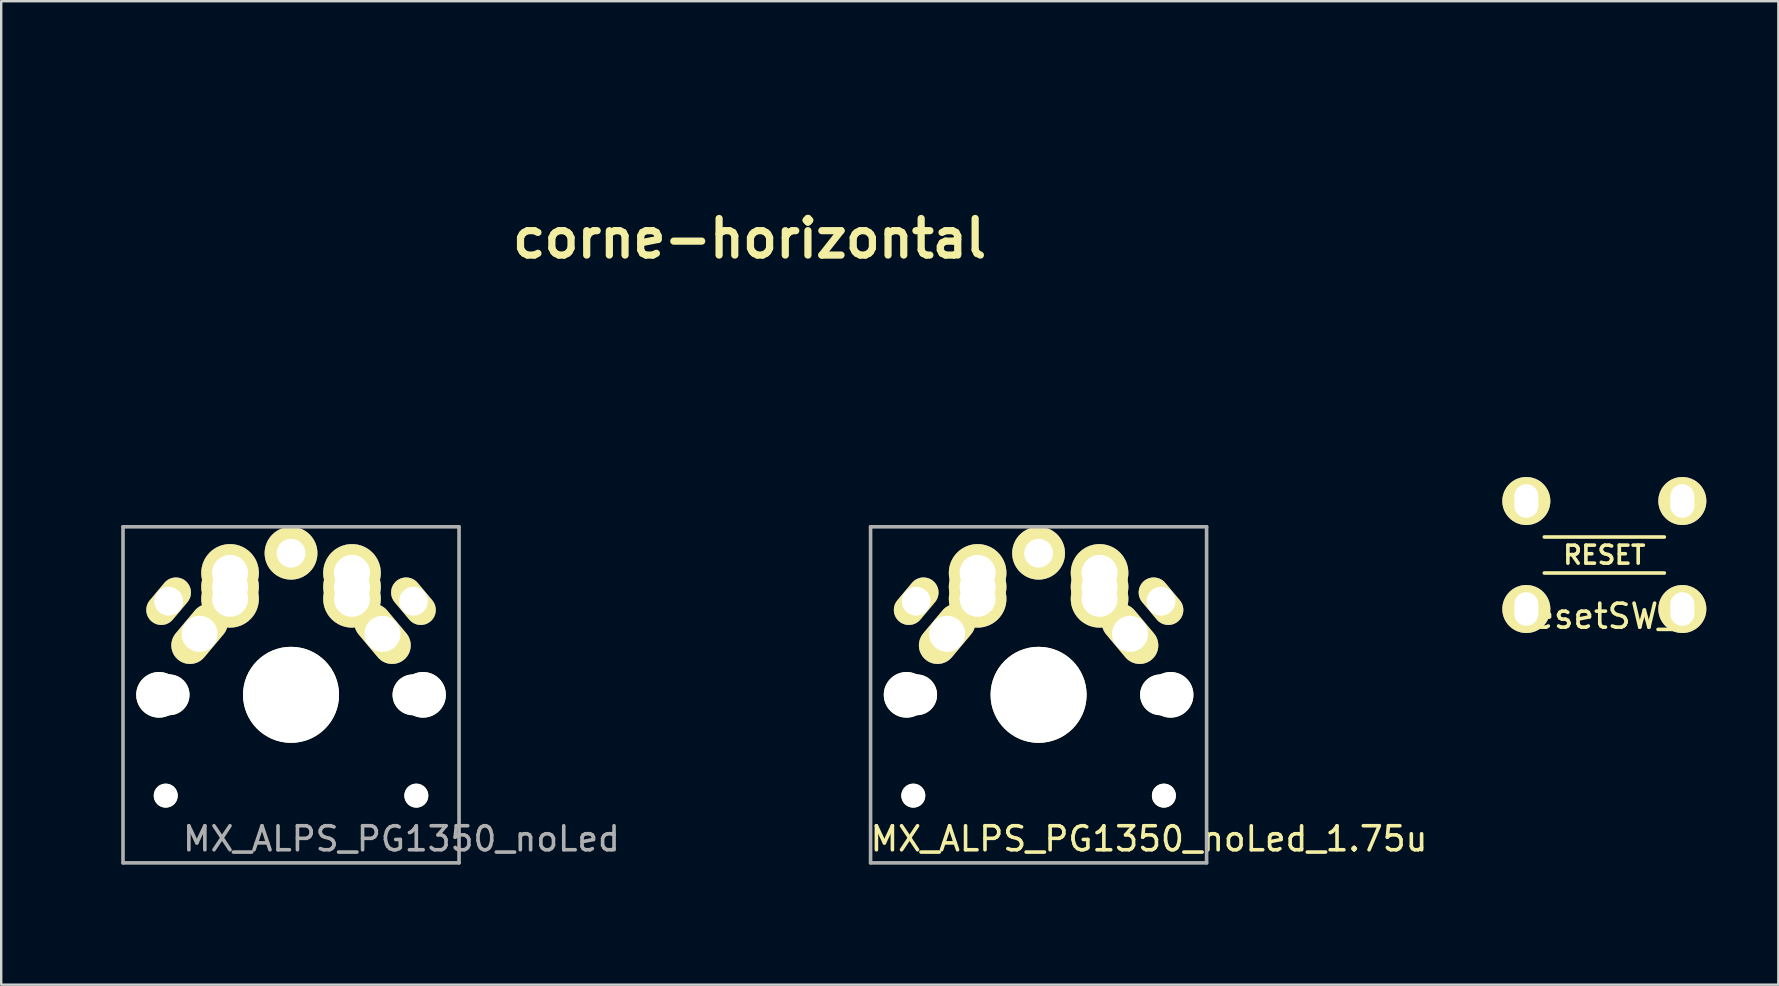
<source format=kicad_pcb>
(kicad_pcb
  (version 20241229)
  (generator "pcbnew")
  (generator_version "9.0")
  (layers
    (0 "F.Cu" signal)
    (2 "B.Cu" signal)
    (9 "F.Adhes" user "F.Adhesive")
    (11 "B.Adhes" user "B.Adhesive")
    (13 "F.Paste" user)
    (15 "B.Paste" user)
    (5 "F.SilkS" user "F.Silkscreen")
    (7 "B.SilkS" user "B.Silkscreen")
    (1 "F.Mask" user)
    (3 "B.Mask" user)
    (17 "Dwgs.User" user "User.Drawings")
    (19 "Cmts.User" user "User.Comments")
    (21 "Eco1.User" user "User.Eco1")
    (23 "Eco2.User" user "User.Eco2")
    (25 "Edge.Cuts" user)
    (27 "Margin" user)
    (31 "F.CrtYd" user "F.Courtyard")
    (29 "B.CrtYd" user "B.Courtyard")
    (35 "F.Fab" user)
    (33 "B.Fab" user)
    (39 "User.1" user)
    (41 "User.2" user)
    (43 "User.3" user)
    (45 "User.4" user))
  (footprint "MX_ALPS_PG1350_noLed_1.75u"
    (layer "F.Cu")
    (at 40.22 25.898)
    (property "Reference" "MX_ALPS_PG1350_noLed_1.75u" (at 4.6 6 0) (layer "F.SilkS") (effects (font (size 1 1) (thickness 0.15))))
    (attr through_hole)
    (fp_line (start -14.25 -9) (end 14.25 -9) (stroke (width 0.15) (type solid)) (layer "Eco2.User"))
    (fp_line (start -14.25 9) (end -14.25 -9) (stroke (width 0.15) (type solid)) (layer "Eco2.User"))
    (fp_line (start -7 -7) (end 7 -7) (stroke (width 0.15) (type solid)) (layer "Eco2.User"))
    (fp_line (start -7 7) (end -7 -7) (stroke (width 0.15) (type solid)) (layer "Eco2.User"))
    (fp_line (start 7 -7) (end 7 7) (stroke (width 0.15) (type solid)) (layer "Eco2.User"))
    (fp_line (start 7 7) (end -7 7) (stroke (width 0.15) (type solid)) (layer "Eco2.User"))
    (fp_line (start 14.25 -9) (end 14.25 9) (stroke (width 0.15) (type solid)) (layer "Eco2.User"))
    (fp_line (start 14.25 9) (end -14.25 9) (stroke (width 0.15) (type solid)) (layer "Eco2.User"))
    (fp_line (start -7 -7) (end -7 7) (stroke (width 0.15) (type solid)) (layer "F.Fab"))
    (fp_line (start -7 7) (end 7 7) (stroke (width 0.15) (type solid)) (layer "F.Fab"))
    (fp_line (start 7 -7) (end -7 -7) (stroke (width 0.15) (type solid)) (layer "F.Fab"))
    (fp_line (start 7 7) (end 7 -7) (stroke (width 0.15) (type solid)) (layer "F.Fab"))
    (pad "" np_thru_hole circle (at -5.5 0 90) (size 1.9 1.9) (drill 1.9) (layers "*.Cu" "*.Mask" "F.SilkS"))
    (pad "" np_thru_hole circle (at -5.22 4.2) (size 1 1) (drill 1) (layers "*.Cu" "*.Mask" "F.SilkS"))
    (pad "" np_thru_hole circle (at -5.08 0) (size 1.7 1.7) (drill 1.7) (layers "*.Cu" "*.Mask" "F.SilkS"))
    (pad "" np_thru_hole circle (at 0 0 90) (size 4 4) (drill 4) (layers "*.Cu" "*.Mask" "F.SilkS"))
    (pad "" np_thru_hole circle (at 5.08 0) (size 1.7 1.7) (drill 1.7) (layers "*.Cu" "*.Mask" "F.SilkS"))
    (pad "" np_thru_hole circle (at 5.22 4.2) (size 1 1) (drill 1) (layers "*.Cu" "*.Mask" "F.SilkS"))
    (pad "" np_thru_hole circle (at 5.5 0 90) (size 1.9 1.9) (drill 1.9) (layers "*.Cu" "*.Mask" "F.SilkS"))
    (pad "1" thru_hole oval (at -5.1 -3.9 50) (size 2.2 1.25) (drill 1.2) (layers "*.Cu" "*.Mask" "F.SilkS"))
    (pad "1" thru_hole oval (at -3.81 -2.54 50) (size 2.8 1.55) (drill 1.5) (layers "*.Cu" "*.Mask" "F.SilkS"))
    (pad "1" thru_hole circle (at -2.54 -4) (size 2.4 2.4) (drill 1.5) (layers "*.Cu" "*.Mask" "F.SilkS"))
    (pad "1" thru_hole circle (at -2.54 -5.08) (size 2.4 2.4) (drill 1.5) (layers "*.Cu" "*.Mask" "F.SilkS"))
    (pad "1" thru_hole circle (at -2.54 -4.5) (size 2.4 2.4) (drill 1.5) (layers "*.Cu" "*.Mask" "F.SilkS"))
    (pad "1" thru_hole oval (at 5.1 -3.9 310) (size 2.2 1.25) (drill 1.2) (layers "*.Cu" "*.Mask" "F.SilkS"))
    (pad "2" thru_hole circle (at 0 -5.9 90) (size 2.2 2.2) (drill 1.2) (layers "*.Cu" "*.Mask" "F.SilkS"))
    (pad "2" thru_hole circle (at 2.54 -5.08) (size 2.4 2.4) (drill 1.5) (layers "*.Cu" "*.Mask" "F.SilkS"))
    (pad "2" thru_hole circle (at 2.54 -4) (size 2.4 2.4) (drill 1.5) (layers "*.Cu" "*.Mask" "F.SilkS"))
    (pad "2" thru_hole circle (at 2.54 -4.5) (size 2.4 2.4) (drill 1.5) (layers "*.Cu" "*.Mask" "F.SilkS"))
    (pad "2" thru_hole oval (at 3.81 -2.54 310) (size 2.8 1.55) (drill 1.5) (layers "*.Cu" "*.Mask" "F.SilkS")))
  (footprint "MX_ALPS_PG1350_noLed"
    (layer "F.Cu")
    (at 9.075 25.898)
    (property "Reference" "MX_ALPS_PG1350_noLed" (at 4.6 6 0) (layer "F.Fab") (effects (font (size 1 1) (thickness 0.15))))
    (attr through_hole)
    (fp_line (start -9 -9) (end 9 -9) (stroke (width 0.15) (type solid)) (layer "Eco2.User"))
    (fp_line (start -9 9) (end -9 -9) (stroke (width 0.15) (type solid)) (layer "Eco2.User"))
    (fp_line (start -7 -7) (end 7 -7) (stroke (width 0.15) (type solid)) (layer "Eco2.User"))
    (fp_line (start -7 7) (end -7 -7) (stroke (width 0.15) (type solid)) (layer "Eco2.User"))
    (fp_line (start 7 -7) (end 7 7) (stroke (width 0.15) (type solid)) (layer "Eco2.User"))
    (fp_line (start 7 7) (end -7 7) (stroke (width 0.15) (type solid)) (layer "Eco2.User"))
    (fp_line (start 9 -9) (end 9 9) (stroke (width 0.15) (type solid)) (layer "Eco2.User"))
    (fp_line (start 9 9) (end -9 9) (stroke (width 0.15) (type solid)) (layer "Eco2.User"))
    (fp_line (start -7 -7) (end -7 7) (stroke (width 0.15) (type solid)) (layer "F.Fab"))
    (fp_line (start -7 7) (end 7 7) (stroke (width 0.15) (type solid)) (layer "F.Fab"))
    (fp_line (start 7 -7) (end -7 -7) (stroke (width 0.15) (type solid)) (layer "F.Fab"))
    (fp_line (start 7 7) (end 7 -7) (stroke (width 0.15) (type solid)) (layer "F.Fab"))
    (pad "" np_thru_hole circle (at -5.5 0 90) (size 1.9 1.9) (drill 1.9) (layers "*.Cu" "*.Mask" "F.SilkS"))
    (pad "" np_thru_hole circle (at -5.22 4.2) (size 1 1) (drill 1) (layers "*.Cu" "*.Mask" "F.SilkS"))
    (pad "" np_thru_hole circle (at -5.08 0) (size 1.7 1.7) (drill 1.7) (layers "*.Cu" "*.Mask" "F.SilkS"))
    (pad "" np_thru_hole circle (at 0 0 90) (size 4 4) (drill 4) (layers "*.Cu" "*.Mask" "F.SilkS"))
    (pad "" np_thru_hole circle (at 5.08 0) (size 1.7 1.7) (drill 1.7) (layers "*.Cu" "*.Mask" "F.SilkS"))
    (pad "" np_thru_hole circle (at 5.22 4.2) (size 1 1) (drill 1) (layers "*.Cu" "*.Mask" "F.SilkS"))
    (pad "" np_thru_hole circle (at 5.5 0 90) (size 1.9 1.9) (drill 1.9) (layers "*.Cu" "*.Mask" "F.SilkS"))
    (pad "1" thru_hole oval (at -5.1 -3.9 50) (size 2.2 1.25) (drill 1.2) (layers "*.Cu" "*.Mask" "F.SilkS"))
    (pad "1" thru_hole oval (at -3.81 -2.54 50) (size 2.8 1.55) (drill 1.5) (layers "*.Cu" "*.Mask" "F.SilkS"))
    (pad "1" thru_hole circle (at -2.54 -5.08) (size 2.4 2.4) (drill 1.5) (layers "*.Cu" "*.Mask" "F.SilkS"))
    (pad "1" thru_hole circle (at -2.54 -4.5) (size 2.4 2.4) (drill 1.5) (layers "*.Cu" "*.Mask" "F.SilkS"))
    (pad "1" thru_hole circle (at -2.54 -4) (size 2.4 2.4) (drill 1.5) (layers "*.Cu" "*.Mask" "F.SilkS"))
    (pad "1" thru_hole oval (at 5.1 -3.9 310) (size 2.2 1.25) (drill 1.2) (layers "*.Cu" "*.Mask" "F.SilkS"))
    (pad "2" thru_hole circle (at 0 -5.9 90) (size 2.2 2.2) (drill 1.2) (layers "*.Cu" "*.Mask" "F.SilkS"))
    (pad "2" thru_hole circle (at 2.54 -5.08) (size 2.4 2.4) (drill 1.5) (layers "*.Cu" "*.Mask" "F.SilkS"))
    (pad "2" thru_hole circle (at 2.54 -4.5) (size 2.4 2.4) (drill 1.5) (layers "*.Cu" "*.Mask" "F.SilkS"))
    (pad "2" thru_hole circle (at 2.54 -4) (size 2.4 2.4) (drill 1.5) (layers "*.Cu" "*.Mask" "F.SilkS"))
    (pad "2" thru_hole oval (at 3.81 -2.54 310) (size 2.8 1.55) (drill 1.5) (layers "*.Cu" "*.Mask" "F.SilkS")))
  (footprint "corne-horizontal"
    (layer "F.Cu")
    (at 28.179 6.887)
    (property "Reference" "corne-horizontal" (at 0 0 0) (layer "F.SilkS") (effects (font (size 1.524 1.524) (thickness 0.3))))
    (attr through_hole)
    (fp_poly (pts (xy 27.94 -6.011) (xy 21.421 -6.011) (xy 21.421 -0.762) (xy 26.934 -0.762) (xy 26.908 -0.445) (xy 26.882 -0.127) (xy 24.151 -0.105) (xy 21.421 -0.082) (xy 21.421 6.011) (xy 28.109 6.011) (xy 28.109 6.689) (xy 20.743 6.689) (xy 20.743 -6.689) (xy 27.94 -6.689) (xy 27.94 -6.011)) (stroke (width 0.01) (type solid)) (fill yes) (layer "F.Mask"))
    (fp_poly (pts (xy 11.586 -1.926) (xy 12.109 -1.061) (xy 12.627 -0.202) (xy 13.13 0.634) (xy 13.608 1.43) (xy 14.052 2.168) (xy 14.449 2.832) (xy 14.791 3.404) (xy 15.067 3.867) (xy 15.266 4.205) (xy 15.283 4.233) (xy 15.538 4.668) (xy 15.762 5.05) (xy 15.942 5.354) (xy 16.064 5.56) (xy 16.114 5.644) (xy 16.115 5.644) (xy 16.117 5.564) (xy 16.118 5.328) (xy 16.118 4.949) (xy 16.118 4.44) (xy 16.117 3.815) (xy 16.115 3.087) (xy 16.113 2.269) (xy 16.11 1.374) (xy 16.107 0.416) (xy 16.103 -0.515) (xy 16.077 -6.689) (xy 16.764 -6.689) (xy 16.764 6.689) (xy 16.362 6.685) (xy 15.96 6.681) (xy 13.462 2.526) (xy 12.958 1.687) (xy 12.446 0.832) (xy 11.937 -0.017) (xy 11.445 -0.839) (xy 10.984 -1.612) (xy 10.567 -2.313) (xy 10.206 -2.92) (xy 9.915 -3.411) (xy 9.835 -3.545) (xy 9.531 -4.061) (xy 9.253 -4.528) (xy 9.014 -4.928) (xy 8.826 -5.24) (xy 8.7 -5.444) (xy 8.65 -5.52) (xy 8.641 -5.448) (xy 8.633 -5.219) (xy 8.627 -4.847) (xy 8.621 -4.345) (xy 8.617 -3.727) (xy 8.615 -3.005) (xy 8.613 -2.192) (xy 8.614 -1.303) (xy 8.615 -0.349) (xy 8.618 0.555) (xy 8.643 6.689) (xy 7.959 6.689) (xy 7.959 -6.689) (xy 8.707 -6.689) (xy 11.586 -1.926)) (stroke (width 0.01) (type solid)) (fill yes) (layer "F.Mask"))
    (fp_poly (pts (xy -21.767 -6.826) (xy -21.505 -6.778) (xy -20.943 -6.591) (xy -20.354 -6.302) (xy -19.809 -5.951) (xy -19.519 -5.714) (xy -19.104 -5.333) (xy -19.345 -5.081) (xy -19.586 -4.829) (xy -19.998 -5.214) (xy -20.3 -5.457) (xy -20.672 -5.701) (xy -20.978 -5.866) (xy -21.29 -6.001) (xy -21.568 -6.086) (xy -21.876 -6.135) (xy -22.279 -6.163) (xy -22.358 -6.166) (xy -22.781 -6.17) (xy -23.204 -6.152) (xy -23.556 -6.116) (xy -23.65 -6.099) (xy -24.424 -5.855) (xy -25.123 -5.468) (xy -25.74 -4.946) (xy -26.269 -4.3) (xy -26.706 -3.541) (xy -27.044 -2.678) (xy -27.278 -1.721) (xy -27.402 -0.68) (xy -27.411 0.435) (xy -27.405 0.543) (xy -27.284 1.647) (xy -27.046 2.657) (xy -26.698 3.56) (xy -26.241 4.347) (xy -25.792 4.895) (xy -25.166 5.453) (xy -24.498 5.854) (xy -23.763 6.113) (xy -22.987 6.235) (xy -22.164 6.22) (xy -21.36 6.041) (xy -20.59 5.704) (xy -19.871 5.215) (xy -19.675 5.047) (xy -19.159 4.58) (xy -18.703 5.056) (xy -19.292 5.602) (xy -19.628 5.887) (xy -19.999 6.161) (xy -20.338 6.376) (xy -20.418 6.419) (xy -21.166 6.712) (xy -21.992 6.884) (xy -22.848 6.931) (xy -23.687 6.848) (xy -23.834 6.818) (xy -24.688 6.548) (xy -25.462 6.135) (xy -26.151 5.589) (xy -26.748 4.919) (xy -27.249 4.134) (xy -27.647 3.243) (xy -27.938 2.256) (xy -28.115 1.181) (xy -28.174 0.029) (xy -28.162 -0.466) (xy -28.065 -1.568) (xy -27.875 -2.548) (xy -27.585 -3.428) (xy -27.188 -4.232) (xy -27.019 -4.505) (xy -26.438 -5.251) (xy -25.755 -5.87) (xy -24.984 -6.353) (xy -24.14 -6.688) (xy -23.968 -6.736) (xy -23.474 -6.825) (xy -22.896 -6.87) (xy -22.304 -6.871) (xy -21.767 -6.826)) (stroke (width 0.01) (type solid)) (fill yes) (layer "F.Mask"))
    (fp_poly (pts (xy -0.381 -6.642) (xy 0.432 -6.638) (xy 1.099 -6.627) (xy 1.643 -6.607) (xy 2.088 -6.573) (xy 2.456 -6.523) (xy 2.771 -6.454) (xy 3.055 -6.361) (xy 3.333 -6.243) (xy 3.628 -6.095) (xy 3.665 -6.075) (xy 4.171 -5.741) (xy 4.566 -5.32) (xy 4.888 -4.775) (xy 4.902 -4.745) (xy 4.996 -4.531) (xy 5.058 -4.334) (xy 5.096 -4.111) (xy 5.115 -3.822) (xy 5.122 -3.422) (xy 5.122 -3.217) (xy 5.119 -2.762) (xy 5.106 -2.434) (xy 5.077 -2.189) (xy 5.025 -1.987) (xy 4.945 -1.783) (xy 4.895 -1.675) (xy 4.51 -1.047) (xy 3.999 -0.519) (xy 3.381 -0.105) (xy 2.677 0.18) (xy 2.254 0.277) (xy 1.946 0.339) (xy 1.78 0.398) (xy 1.73 0.466) (xy 1.737 0.499) (xy 1.789 0.596) (xy 1.919 0.824) (xy 2.117 1.164) (xy 2.374 1.602) (xy 2.679 2.12) (xy 3.025 2.704) (xy 3.4 3.337) (xy 3.559 3.604) (xy 3.942 4.248) (xy 4.297 4.848) (xy 4.614 5.386) (xy 4.885 5.848) (xy 5.1 6.217) (xy 5.25 6.48) (xy 5.326 6.618) (xy 5.334 6.636) (xy 5.258 6.666) (xy 5.065 6.684) (xy 4.932 6.686) (xy 4.53 6.684) (xy 2.667 3.556) (xy 0.804 0.428) (xy -2.117 0.423) (xy -2.117 6.689) (xy -2.88 6.689) (xy -2.858 0.021) (xy -2.838 -6.011) (xy -2.117 -6.011) (xy -2.117 -0.146) (xy -0.233 -0.193) (xy 0.529 -0.216) (xy 1.137 -0.247) (xy 1.608 -0.285) (xy 1.956 -0.332) (xy 2.139 -0.373) (xy 2.837 -0.621) (xy 3.396 -0.949) (xy 3.83 -1.369) (xy 4.157 -1.894) (xy 4.18 -1.943) (xy 4.299 -2.337) (xy 4.362 -2.832) (xy 4.369 -3.367) (xy 4.319 -3.884) (xy 4.214 -4.323) (xy 4.165 -4.445) (xy 3.947 -4.842) (xy 3.683 -5.171) (xy 3.355 -5.436) (xy 2.948 -5.643) (xy 2.447 -5.799) (xy 1.835 -5.907) (xy 1.097 -5.975) (xy 0.216 -6.007) (xy -0.346 -6.011) (xy -2.117 -6.011) (xy -2.838 -6.011) (xy -2.836 -6.646) (xy -0.381 -6.642)) (stroke (width 0.01) (type solid)) (fill yes) (layer "F.Mask"))
    (fp_poly (pts (xy -10.498 -6.819) (xy -9.702 -6.626) (xy -8.976 -6.294) (xy -8.294 -5.81) (xy -7.872 -5.422) (xy -7.254 -4.69) (xy -6.759 -3.854) (xy -6.383 -2.908) (xy -6.125 -1.846) (xy -6.006 -0.959) (xy -5.964 0.289) (xy -6.068 1.497) (xy -6.317 2.647) (xy -6.708 3.721) (xy -6.828 3.977) (xy -7.228 4.655) (xy -7.729 5.287) (xy -8.294 5.838) (xy -8.892 6.272) (xy -9.162 6.419) (xy -10.011 6.741) (xy -10.908 6.906) (xy -11.828 6.914) (xy -12.531 6.81) (xy -13.209 6.611) (xy -13.819 6.314) (xy -14.403 5.894) (xy -14.864 5.469) (xy -15.294 5.005) (xy -15.622 4.571) (xy -15.892 4.11) (xy -15.896 4.102) (xy -16.307 3.139) (xy -16.603 2.082) (xy -16.779 0.967) (xy -16.816 0.102) (xy -16.072 0.102) (xy -16.054 0.524) (xy -15.932 1.632) (xy -15.711 2.612) (xy -15.388 3.479) (xy -14.956 4.246) (xy -14.41 4.927) (xy -14.374 4.965) (xy -13.734 5.519) (xy -13.028 5.919) (xy -12.265 6.162) (xy -11.453 6.245) (xy -10.601 6.166) (xy -10.476 6.141) (xy -9.718 5.896) (xy -9.024 5.5) (xy -8.404 4.965) (xy -7.867 4.3) (xy -7.423 3.516) (xy -7.082 2.622) (xy -7.031 2.448) (xy -6.859 1.643) (xy -6.754 0.753) (xy -6.723 -0.15) (xy -6.768 -0.957) (xy -6.946 -2.075) (xy -7.227 -3.059) (xy -7.611 -3.912) (xy -8.099 -4.635) (xy -8.694 -5.23) (xy -9.395 -5.7) (xy -9.54 -5.775) (xy -9.862 -5.93) (xy -10.115 -6.033) (xy -10.35 -6.097) (xy -10.622 -6.133) (xy -10.985 -6.155) (xy -11.201 -6.163) (xy -11.908 -6.157) (xy -12.508 -6.072) (xy -13.048 -5.897) (xy -13.577 -5.62) (xy -13.65 -5.574) (xy -14.269 -5.083) (xy -14.808 -4.455) (xy -15.261 -3.71) (xy -15.621 -2.864) (xy -15.88 -1.935) (xy -16.033 -0.941) (xy -16.072 0.102) (xy -16.816 0.102) (xy -16.828 -0.167) (xy -16.78 -0.986) (xy -16.613 -2.102) (xy -16.353 -3.088) (xy -15.994 -3.957) (xy -15.53 -4.724) (xy -14.953 -5.404) (xy -14.758 -5.592) (xy -14.05 -6.145) (xy -13.286 -6.542) (xy -12.455 -6.785) (xy -11.547 -6.88) (xy -11.388 -6.882) (xy -10.498 -6.819)) (stroke (width 0.01) (type solid)) (fill yes) (layer "F.Mask")))
  (footprint "ResetSW_4"
    (layer "F.Cu")
    (at 63.79 20.073)
    (property "Reference" "ResetSW_4" (at 0 2.55 0) (layer "F.SilkS") (effects (font (size 1 1) (thickness 0.15))))
    (attr through_hole)
    (fp_line (start -2.5 -0.75) (end 2.5 -0.75) (stroke (width 0.15) (type solid)) (layer "F.SilkS"))
    (fp_line (start -2.5 0.75) (end 2.5 0.75) (stroke (width 0.15) (type solid)) (layer "F.SilkS"))
    (fp_text user "RESET" (at 0 0 0) (layer "F.SilkS") (effects (font (size 0.75 0.75) (thickness 0.15))))
    (pad "1" thru_hole circle (at -3.25 -2.25) (size 2 2) (drill oval 1 1.4) (layers "*.Cu" "B.Mask" "F.SilkS"))
    (pad "1" thru_hole circle (at 3.25 -2.25) (size 2 2) (drill oval 1 1.4) (layers "*.Cu" "B.Mask" "F.SilkS"))
    (pad "2" thru_hole circle (at -3.25 2.25) (size 2 2) (drill oval 1 1.4) (layers "*.Cu" "B.Mask" "F.SilkS"))
    (pad "2" thru_hole circle (at 3.25 2.25) (size 2 2) (drill oval 1 1.4) (layers "*.Cu" "B.Mask" "F.SilkS")))
  (gr_rect
    (start -3 -3)
    (end 71.04 37.973)
    (stroke (width 0.1) (type default))
    (fill no)
    (layer "Edge.Cuts")))
</source>
